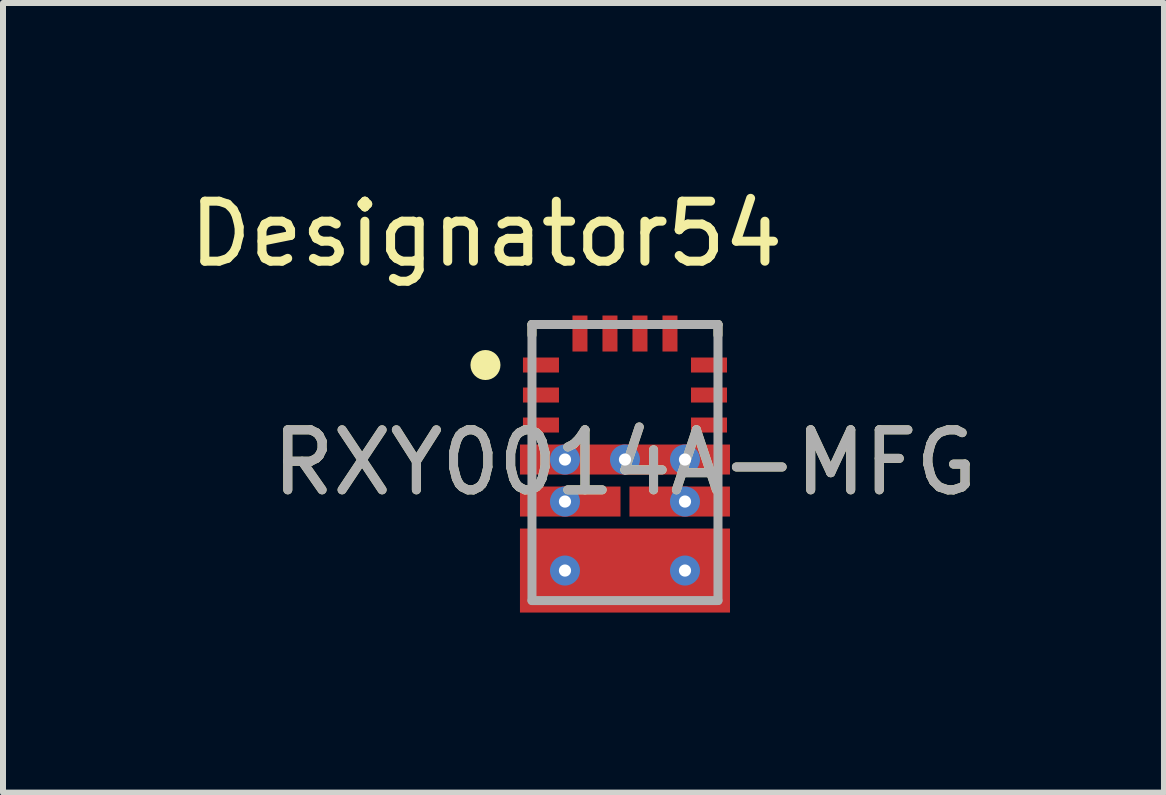
<source format=kicad_pcb>
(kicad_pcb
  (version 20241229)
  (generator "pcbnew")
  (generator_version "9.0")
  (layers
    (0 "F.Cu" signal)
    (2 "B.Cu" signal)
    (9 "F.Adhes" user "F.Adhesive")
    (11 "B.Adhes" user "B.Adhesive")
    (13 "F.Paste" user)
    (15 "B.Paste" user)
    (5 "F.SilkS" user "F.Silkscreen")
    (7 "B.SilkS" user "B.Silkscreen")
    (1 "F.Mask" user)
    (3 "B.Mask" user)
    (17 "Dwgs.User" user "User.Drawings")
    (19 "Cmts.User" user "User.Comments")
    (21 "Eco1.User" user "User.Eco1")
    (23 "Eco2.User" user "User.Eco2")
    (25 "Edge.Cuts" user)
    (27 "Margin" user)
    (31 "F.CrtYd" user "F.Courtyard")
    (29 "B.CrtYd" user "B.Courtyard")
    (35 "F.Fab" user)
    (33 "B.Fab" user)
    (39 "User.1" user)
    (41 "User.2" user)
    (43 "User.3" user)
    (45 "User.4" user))
  (footprint "RXY0014A-MFG"
    (layer "F.Cu")
    (at 7.365 4.658)
    (property "Reference" "RXY0014A-MFG" (at 0 0 0) (unlocked yes) (layer "F.SilkS") (effects (font (size 1 1) (thickness 0.15))))
    (attr smd)
    (fp_poly (pts (xy -1.75 -1.2) (xy -1.65 -1.3) (xy -1.15 -1.3) (xy -1.05 -1.2) (xy -1.05 -1.05) (xy -1.15 -0.95) (xy -1.65 -0.95) (xy -1.75 -1.05)) (stroke (width 0) (type solid)) (fill yes) (layer "F.Mask"))
    (fp_poly (pts (xy -1.65 -0.8) (xy -1.15 -0.8) (xy -1.05 -0.7) (xy -1.05 -0.55) (xy -1.15 -0.45) (xy -1.65 -0.45) (xy -1.75 -0.55) (xy -1.75 -0.7)) (stroke (width 0) (type solid)) (fill yes) (layer "F.Mask"))
    (fp_poly (pts (xy -1.05 -1.7) (xy -1.05 -1.55) (xy -1.15 -1.45) (xy -1.65 -1.45) (xy -1.75 -1.55) (xy -1.75 -1.7) (xy -1.65 -1.8) (xy -1.15 -1.8)) (stroke (width 0) (type solid)) (fill yes) (layer "F.Mask"))
    (fp_poly (pts (xy -0.575 -2.4) (xy -0.575 -1.9) (xy -0.675 -1.8) (xy -0.825 -1.8) (xy -0.925 -1.9) (xy -0.925 -2.4) (xy -0.825 -2.5) (xy -0.675 -2.5)) (stroke (width 0) (type solid)) (fill yes) (layer "F.Mask"))
    (fp_poly (pts (xy -0.425 -1.9) (xy -0.425 -2.4) (xy -0.325 -2.5) (xy -0.175 -2.5) (xy -0.075 -2.4) (xy -0.075 -1.9) (xy -0.175 -1.8) (xy -0.325 -1.8)) (stroke (width 0) (type solid)) (fill yes) (layer "F.Mask"))
    (fp_poly (pts (xy 0.425 -1.9) (xy 0.325 -1.8) (xy 0.175 -1.8) (xy 0.075 -1.9) (xy 0.075 -2.4) (xy 0.175 -2.5) (xy 0.325 -2.5) (xy 0.425 -2.4)) (stroke (width 0) (type solid)) (fill yes) (layer "F.Mask"))
    (fp_poly (pts (xy 0.575 -1.9) (xy 0.575 -2.4) (xy 0.675 -2.5) (xy 0.825 -2.5) (xy 0.925 -2.4) (xy 0.925 -1.9) (xy 0.825 -1.8) (xy 0.675 -1.8)) (stroke (width 0) (type solid)) (fill yes) (layer "F.Mask"))
    (fp_poly (pts (xy 1.15 -1.45) (xy 1.05 -1.55) (xy 1.05 -1.7) (xy 1.15 -1.8) (xy 1.65 -1.8) (xy 1.75 -1.7) (xy 1.75 -1.55) (xy 1.65 -1.45)) (stroke (width 0) (type solid)) (fill yes) (layer "F.Mask"))
    (fp_poly (pts (xy 1.15 -0.8) (xy 1.65 -0.8) (xy 1.75 -0.7) (xy 1.75 -0.55) (xy 1.65 -0.45) (xy 1.15 -0.45) (xy 1.05 -0.55) (xy 1.05 -0.7)) (stroke (width 0) (type solid)) (fill yes) (layer "F.Mask"))
    (fp_poly (pts (xy 1.65 -1.3) (xy 1.75 -1.2) (xy 1.75 -1.05) (xy 1.65 -0.95) (xy 1.15 -0.95) (xy 1.05 -1.05) (xy 1.05 -1.2) (xy 1.15 -1.3)) (stroke (width 0) (type solid)) (fill yes) (layer "F.Mask"))
    (fp_poly (pts (xy -1.7 -0.125) (xy -1.65 -0.175) (xy -1.35 -0.175) (xy -1.35 -0.25) (xy -0.175 -0.25) (xy -0.125 -0.2) (xy -0.125 0.1) (xy -0.175 0.15) (xy -1.35 0.15) (xy -1.35 0.075) (xy -1.65 0.075) (xy -1.7 0.025)) (stroke (width 0) (type solid)) (fill yes) (layer "F.Mask"))
    (fp_poly (pts (xy -1.7 0.725) (xy -1.7 0.575) (xy -1.65 0.525) (xy -1.35 0.525) (xy -1.35 0.45) (xy -0.175 0.45) (xy -0.125 0.5) (xy -0.125 0.8) (xy -0.175 0.85) (xy -1.35 0.85) (xy -1.35 0.775) (xy -1.65 0.775)) (stroke (width 0) (type solid)) (fill yes) (layer "F.Mask"))
    (fp_poly (pts (xy 1.7 0.025) (xy 1.65 0.075) (xy 1.35 0.075) (xy 1.35 0.15) (xy 0.175 0.15) (xy 0.125 0.1) (xy 0.125 -0.2) (xy 0.175 -0.25) (xy 1.35 -0.25) (xy 1.35 -0.175) (xy 1.65 -0.175) (xy 1.7 -0.125)) (stroke (width 0) (type solid)) (fill yes) (layer "F.Mask"))
    (fp_poly (pts (xy 1.7 0.575) (xy 1.7 0.725) (xy 1.65 0.775) (xy 1.35 0.775) (xy 1.35 0.85) (xy 0.175 0.85) (xy 0.125 0.8) (xy 0.125 0.5) (xy 0.175 0.45) (xy 1.35 0.45) (xy 1.35 0.525) (xy 1.65 0.525)) (stroke (width 0) (type solid)) (fill yes) (layer "F.Mask"))
    (fp_poly (pts (xy -1.7 1.425) (xy -1.7 1.275) (xy -1.65 1.225) (xy -1.35 1.225) (xy -1.35 1.15) (xy 1.35 1.15) (xy 1.35 1.225) (xy 1.65 1.225) (xy 1.7 1.275) (xy 1.7 1.425) (xy 1.65 1.475) (xy 1.35 1.475) (xy 1.35 1.55) (xy 0.875 1.55) (xy 0.875 2.4) (xy 0.825 2.45) (xy 0.675 2.45) (xy 0.625 2.4) (xy 0.625 1.55) (xy 0.375 1.55) (xy 0.375 2.4) (xy 0.325 2.45) (xy 0.175 2.45) (xy 0.125 2.4) (xy 0.125 1.55) (xy -0.125 1.55) (xy -0.125 2.4) (xy -0.175 2.45) (xy -0.325 2.45) (xy -0.375 2.4) (xy -0.375 1.55) (xy -0.625 1.55) (xy -0.625 2.4) (xy -0.675 2.45) (xy -0.825 2.45) (xy -0.875 2.4) (xy -0.875 1.55) (xy -1.35 1.55) (xy -1.35 1.475) (xy -1.65 1.475)) (stroke (width 0) (type solid)) (fill yes) (layer "F.Mask"))
    (fp_line (start -1.55 -2.3) (end -1.25 -2.3) (stroke (width 0.15) (type solid)) (layer "F.SilkS"))
    (fp_line (start -1.55 -2.125) (end -1.55 -2.3) (stroke (width 0.15) (type solid)) (layer "F.SilkS"))
    (fp_line (start 1.25 -2.3) (end 1.55 -2.3) (stroke (width 0.15) (type solid)) (layer "F.SilkS"))
    (fp_line (start 1.55 -2.125) (end 1.55 -2.3) (stroke (width 0.15) (type solid)) (layer "F.SilkS"))
    (fp_circle (center -2.325 -1.625) (end -2.2 -1.625) (stroke (width 0.25) (type solid)) (fill no) (layer "F.SilkS"))
    (fp_poly (pts (xy -1.7 -0.125) (xy -1.65 -0.175) (xy -1.35 -0.175) (xy -1.35 -0.25) (xy -0.175 -0.25) (xy -0.125 -0.2) (xy -0.125 0.1) (xy -0.175 0.15) (xy -1.35 0.15) (xy -1.35 0.075) (xy -1.65 0.075) (xy -1.7 0.025)) (stroke (width 0) (type solid)) (fill yes) (layer "F.Paste"))
    (fp_poly (pts (xy -1.7 0.725) (xy -1.7 0.575) (xy -1.65 0.525) (xy -1.35 0.525) (xy -1.35 0.45) (xy -0.175 0.45) (xy -0.125 0.5) (xy -0.125 0.8) (xy -0.175 0.85) (xy -1.35 0.85) (xy -1.35 0.775) (xy -1.65 0.775)) (stroke (width 0) (type solid)) (fill yes) (layer "F.Paste"))
    (fp_poly (pts (xy 1.7 0.025) (xy 1.65 0.075) (xy 1.35 0.075) (xy 1.35 0.15) (xy 0.175 0.15) (xy 0.125 0.1) (xy 0.125 -0.2) (xy 0.175 -0.25) (xy 1.35 -0.25) (xy 1.35 -0.175) (xy 1.65 -0.175) (xy 1.7 -0.125)) (stroke (width 0) (type solid)) (fill yes) (layer "F.Paste"))
    (fp_poly (pts (xy 1.7 0.575) (xy 1.7 0.725) (xy 1.65 0.775) (xy 1.35 0.775) (xy 1.35 0.85) (xy 0.175 0.85) (xy 0.125 0.8) (xy 0.125 0.5) (xy 0.175 0.45) (xy 1.35 0.45) (xy 1.35 0.525) (xy 1.65 0.525)) (stroke (width 0) (type solid)) (fill yes) (layer "F.Paste"))
    (fp_poly (pts (xy -1.7 1.425) (xy -1.7 1.275) (xy -1.65 1.225) (xy -1.35 1.225) (xy -1.35 1.15) (xy 1.35 1.15) (xy 1.35 1.225) (xy 1.65 1.225) (xy 1.7 1.275) (xy 1.7 1.425) (xy 1.65 1.475) (xy 1.35 1.475) (xy 1.35 1.55) (xy 0.875 1.55) (xy 0.875 2.4) (xy 0.825 2.45) (xy 0.675 2.45) (xy 0.625 2.4) (xy 0.625 1.55) (xy 0.375 1.55) (xy 0.375 2.4) (xy 0.325 2.45) (xy 0.175 2.45) (xy 0.125 2.4) (xy 0.125 1.55) (xy -0.125 1.55) (xy -0.125 2.4) (xy -0.175 2.45) (xy -0.325 2.45) (xy -0.375 2.4) (xy -0.375 1.55) (xy -0.625 1.55) (xy -0.625 2.4) (xy -0.675 2.45) (xy -0.825 2.45) (xy -0.875 2.4) (xy -0.875 1.55) (xy -1.35 1.55) (xy -1.35 1.475) (xy -1.65 1.475)) (stroke (width 0) (type solid)) (fill yes) (layer "F.Paste"))
    (fp_line (start -1.55 -2.3) (end 1.55 -2.3) (stroke (width 0.15) (type solid)) (layer "F.Fab"))
    (fp_line (start -1.55 2.3) (end -1.55 -2.3) (stroke (width 0.15) (type solid)) (layer "F.Fab"))
    (fp_line (start -1.55 2.3) (end 1.55 2.3) (stroke (width 0.15) (type solid)) (layer "F.Fab"))
    (fp_line (start 1.55 2.3) (end 1.55 -2.3) (stroke (width 0.15) (type solid)) (layer "F.Fab"))
    (fp_text user "Designator54" (at -2.311 -3.81 0) (unlocked yes) (layer "F.SilkS") (effects (font (size 1 1) (thickness 0.15))))
    (fp_text user "${REFERENCE}" (at 0 0 0) (unlocked yes) (layer "F.Fab") (effects (font (size 1 1) (thickness 0.15))))
    (pad "1" smd rect (at -1.4 -1.625) (size 0.6 0.25) (layers "F.Cu" "F.Paste"))
    (pad "2" smd rect (at -1.4 -1.125) (size 0.6 0.25) (layers "F.Cu" "F.Paste"))
    (pad "3" smd rect (at -1.4 -0.625) (size 0.6 0.25) (layers "F.Cu" "F.Paste"))
    (pad "4" smd rect (at 0 -0.05) (size 3.5 0.5) (layers "F.Cu"))
    (pad "5" smd rect (at -0.912 0.65) (size 1.675 0.5) (layers "F.Cu"))
    (pad "6" smd rect (at 0 1.8) (size 3.5 1.4) (layers "F.Cu"))
    (pad "7" smd rect (at 0.912 0.65) (size 1.675 0.5) (layers "F.Cu"))
    (pad "8" smd rect (at 1.4 -0.625) (size 0.6 0.25) (layers "F.Cu" "F.Paste"))
    (pad "9" smd rect (at 1.4 -1.125) (size 0.6 0.25) (layers "F.Cu" "F.Paste"))
    (pad "10" smd rect (at 1.4 -1.625) (size 0.6 0.25) (layers "F.Cu" "F.Paste"))
    (pad "11" smd rect (at 0.75 -2.15) (size 0.25 0.6) (layers "F.Cu" "F.Paste"))
    (pad "12" smd rect (at 0.25 -2.15) (size 0.25 0.6) (layers "F.Cu" "F.Paste"))
    (pad "13" smd rect (at -0.25 -2.15) (size 0.25 0.6) (layers "F.Cu" "F.Paste"))
    (pad "14" smd rect (at -0.75 -2.15) (size 0.25 0.6) (layers "F.Cu" "F.Paste"))
    (pad "15" thru_hole circle (at -1 -0.05) (size 0.5 0.5) (drill 0.203) (layers "*.Cu" "*.Mask"))
    (pad "16" thru_hole circle (at 1 -0.05) (size 0.5 0.5) (drill 0.203) (layers "*.Cu" "*.Mask"))
    (pad "17" thru_hole circle (at 0 -0.05) (size 0.5 0.5) (drill 0.203) (layers "*.Cu" "*.Mask"))
    (pad "18" thru_hole circle (at -1 0.65) (size 0.5 0.5) (drill 0.203) (layers "*.Cu" "*.Mask"))
    (pad "19" thru_hole circle (at 1 0.65) (size 0.5 0.5) (drill 0.203) (layers "*.Cu" "*.Mask"))
    (pad "20" thru_hole circle (at 1 1.8) (size 0.5 0.5) (drill 0.203) (layers "*.Cu" "*.Mask"))
    (pad "21" thru_hole circle (at -1 1.8) (size 0.5 0.5) (drill 0.203) (layers "*.Cu" "*.Mask")))
  (gr_rect
    (start -3 -3)
    (end 16.347 10.158)
    (stroke (width 0.1) (type default))
    (fill no)
    (layer "Edge.Cuts")))
</source>
